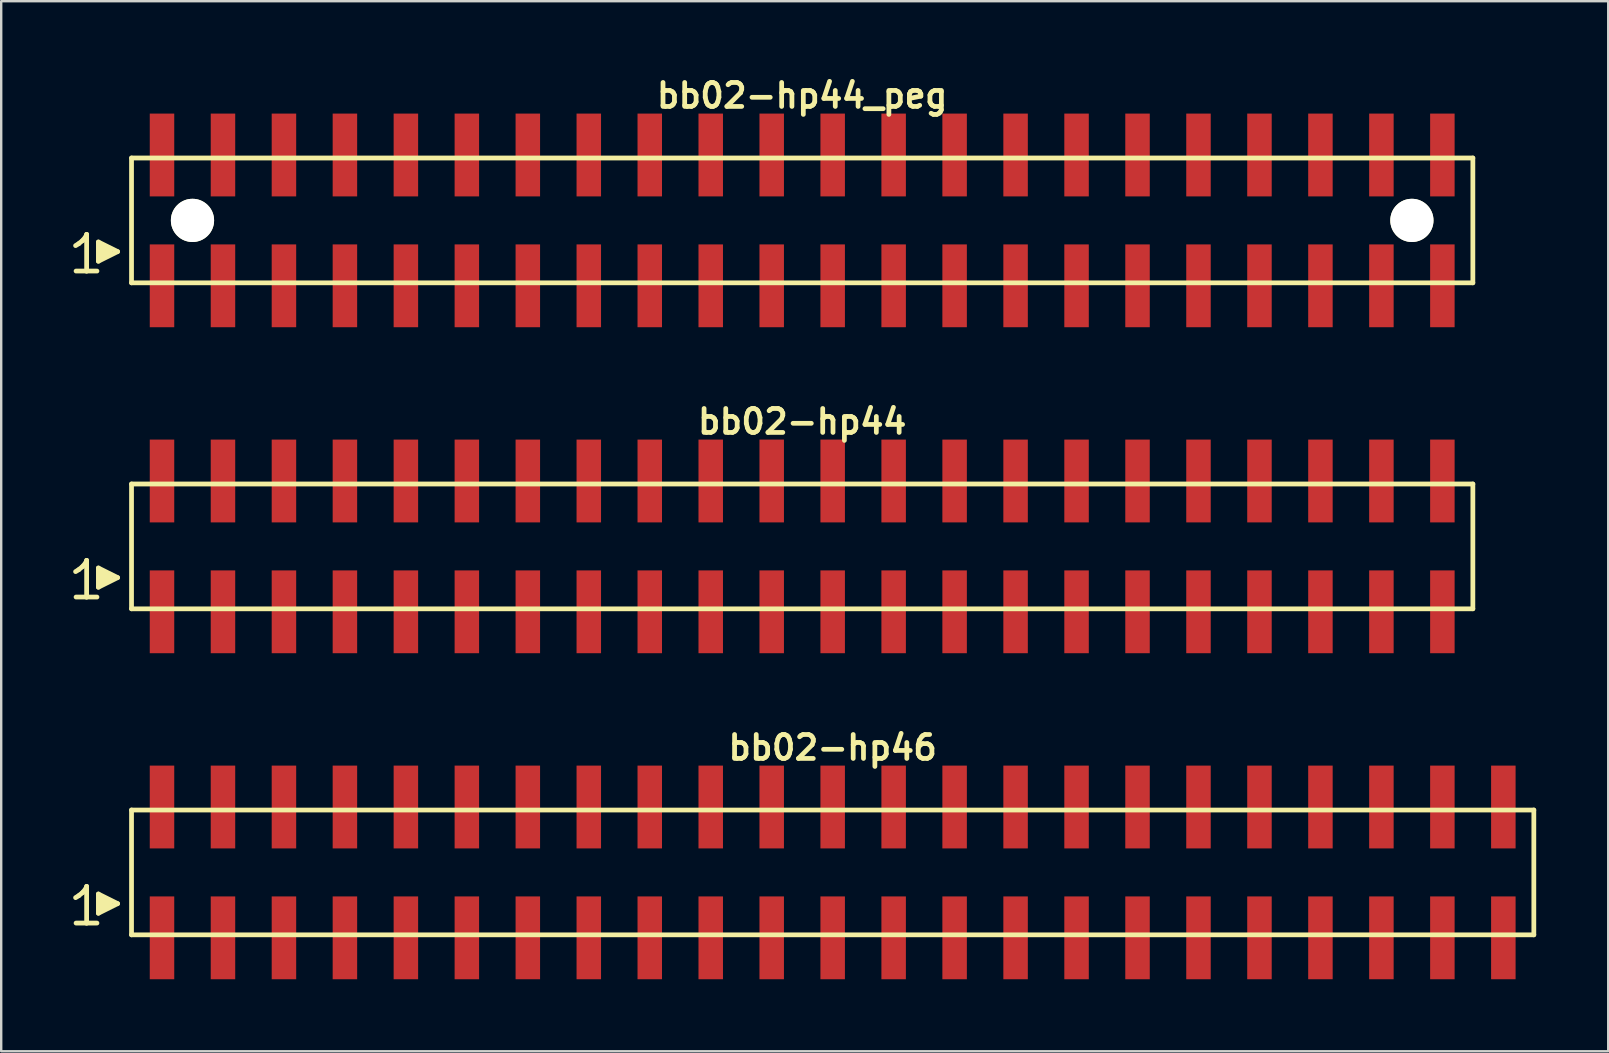
<source format=kicad_pcb>
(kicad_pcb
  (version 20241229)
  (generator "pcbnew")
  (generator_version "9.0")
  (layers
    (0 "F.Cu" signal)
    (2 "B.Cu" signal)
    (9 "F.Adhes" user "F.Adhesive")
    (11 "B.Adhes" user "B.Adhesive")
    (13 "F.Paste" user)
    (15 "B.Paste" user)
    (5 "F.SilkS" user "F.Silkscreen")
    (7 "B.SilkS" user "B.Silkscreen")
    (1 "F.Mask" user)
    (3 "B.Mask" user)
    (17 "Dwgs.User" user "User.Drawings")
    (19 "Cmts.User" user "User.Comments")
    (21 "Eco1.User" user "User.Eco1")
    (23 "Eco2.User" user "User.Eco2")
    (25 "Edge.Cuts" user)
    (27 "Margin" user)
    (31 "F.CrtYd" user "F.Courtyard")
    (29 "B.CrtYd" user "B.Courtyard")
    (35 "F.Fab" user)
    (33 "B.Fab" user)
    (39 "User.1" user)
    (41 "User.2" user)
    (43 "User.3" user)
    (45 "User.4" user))
  (footprint "bb02-hp44"
    (layer "F.Cu")
    (at 30.369 19.713)
    (property "Reference" "bb02-hp44" (at 0 -5.2 0) (layer "F.SilkS") (effects (font (size 0.998 0.998) (thickness 0.198))))
    (attr smd)
    (fp_line (start -30.27 1.05) (end -30.14 0.97) (stroke (width 0.198) (type solid)) (layer "F.SilkS"))
    (fp_line (start -30.14 0.97) (end -29.98 0.84) (stroke (width 0.198) (type solid)) (layer "F.SilkS"))
    (fp_line (start -29.98 0.84) (end -29.84 0.67) (stroke (width 0.198) (type solid)) (layer "F.SilkS"))
    (fp_line (start -29.84 0.67) (end -29.81 0.58) (stroke (width 0.198) (type solid)) (layer "F.SilkS"))
    (fp_line (start -29.81 0.58) (end -29.81 2.11) (stroke (width 0.198) (type solid)) (layer "F.SilkS"))
    (fp_line (start -29.81 2.11) (end -30.25 2.11) (stroke (width 0.198) (type solid)) (layer "F.SilkS"))
    (fp_line (start -29.38 2.11) (end -29.82 2.11) (stroke (width 0.198) (type solid)) (layer "F.SilkS"))
    (fp_line (start -29.32 0.9) (end -28.52 1.3) (stroke (width 0.198) (type solid)) (layer "F.SilkS"))
    (fp_line (start -29.32 1.7) (end -29.32 0.9) (stroke (width 0.198) (type solid)) (layer "F.SilkS"))
    (fp_line (start -29.22 1.6) (end -29.22 1) (stroke (width 0.198) (type solid)) (layer "F.SilkS"))
    (fp_line (start -29.12 1.1) (end -29.12 1.5) (stroke (width 0.198) (type solid)) (layer "F.SilkS"))
    (fp_line (start -29.02 1.5) (end -29.02 1.1) (stroke (width 0.198) (type solid)) (layer "F.SilkS"))
    (fp_line (start -28.92 1.2) (end -28.92 1.4) (stroke (width 0.198) (type solid)) (layer "F.SilkS"))
    (fp_line (start -28.82 1.4) (end -28.82 1.2) (stroke (width 0.198) (type solid)) (layer "F.SilkS"))
    (fp_line (start -28.52 1.3) (end -29.32 1.7) (stroke (width 0.198) (type solid)) (layer "F.SilkS"))
    (fp_line (start -27.94 -2.6) (end -27.94 2.6) (stroke (width 0.198) (type solid)) (layer "F.SilkS"))
    (fp_line (start -27.94 -2.6) (end 27.94 -2.6) (stroke (width 0.198) (type solid)) (layer "F.SilkS"))
    (fp_line (start 27.94 2.6) (end -27.94 2.6) (stroke (width 0.198) (type solid)) (layer "F.SilkS"))
    (fp_line (start 27.94 2.6) (end 27.94 -2.6) (stroke (width 0.198) (type solid)) (layer "F.SilkS"))
    (pad "1" smd rect (at -26.67 2.725) (size 1.02 3.45) (layers "F.Cu" "F.Mask" "F.Paste"))
    (pad "2" smd rect (at -26.67 -2.725) (size 1.02 3.45) (layers "F.Cu" "F.Mask" "F.Paste"))
    (pad "3" smd rect (at -24.13 2.725) (size 1.02 3.45) (layers "F.Cu" "F.Mask" "F.Paste"))
    (pad "4" smd rect (at -24.13 -2.725) (size 1.02 3.45) (layers "F.Cu" "F.Mask" "F.Paste"))
    (pad "5" smd rect (at -21.59 2.725) (size 1.02 3.45) (layers "F.Cu" "F.Mask" "F.Paste"))
    (pad "6" smd rect (at -21.59 -2.725) (size 1.02 3.45) (layers "F.Cu" "F.Mask" "F.Paste"))
    (pad "7" smd rect (at -19.05 2.725) (size 1.02 3.45) (layers "F.Cu" "F.Mask" "F.Paste"))
    (pad "8" smd rect (at -19.05 -2.725) (size 1.02 3.45) (layers "F.Cu" "F.Mask" "F.Paste"))
    (pad "9" smd rect (at -16.51 2.725) (size 1.02 3.45) (layers "F.Cu" "F.Mask" "F.Paste"))
    (pad "10" smd rect (at -16.51 -2.725) (size 1.02 3.45) (layers "F.Cu" "F.Mask" "F.Paste"))
    (pad "11" smd rect (at -13.97 2.725) (size 1.02 3.45) (layers "F.Cu" "F.Mask" "F.Paste"))
    (pad "12" smd rect (at -13.97 -2.725) (size 1.02 3.45) (layers "F.Cu" "F.Mask" "F.Paste"))
    (pad "13" smd rect (at -11.43 2.725) (size 1.02 3.45) (layers "F.Cu" "F.Mask" "F.Paste"))
    (pad "14" smd rect (at -11.43 -2.725) (size 1.02 3.45) (layers "F.Cu" "F.Mask" "F.Paste"))
    (pad "15" smd rect (at -8.89 2.725) (size 1.02 3.45) (layers "F.Cu" "F.Mask" "F.Paste"))
    (pad "16" smd rect (at -8.89 -2.725) (size 1.02 3.45) (layers "F.Cu" "F.Mask" "F.Paste"))
    (pad "17" smd rect (at -6.35 2.725) (size 1.02 3.45) (layers "F.Cu" "F.Mask" "F.Paste"))
    (pad "18" smd rect (at -6.35 -2.725) (size 1.02 3.45) (layers "F.Cu" "F.Mask" "F.Paste"))
    (pad "19" smd rect (at -3.81 2.725) (size 1.02 3.45) (layers "F.Cu" "F.Mask" "F.Paste"))
    (pad "20" smd rect (at -3.81 -2.725) (size 1.02 3.45) (layers "F.Cu" "F.Mask" "F.Paste"))
    (pad "21" smd rect (at -1.27 2.725) (size 1.02 3.45) (layers "F.Cu" "F.Mask" "F.Paste"))
    (pad "22" smd rect (at -1.27 -2.725) (size 1.02 3.45) (layers "F.Cu" "F.Mask" "F.Paste"))
    (pad "23" smd rect (at 1.27 2.725) (size 1.02 3.45) (layers "F.Cu" "F.Mask" "F.Paste"))
    (pad "24" smd rect (at 1.27 -2.725) (size 1.02 3.45) (layers "F.Cu" "F.Mask" "F.Paste"))
    (pad "25" smd rect (at 3.81 2.725) (size 1.02 3.45) (layers "F.Cu" "F.Mask" "F.Paste"))
    (pad "26" smd rect (at 3.81 -2.725) (size 1.02 3.45) (layers "F.Cu" "F.Mask" "F.Paste"))
    (pad "27" smd rect (at 6.35 2.725) (size 1.02 3.45) (layers "F.Cu" "F.Mask" "F.Paste"))
    (pad "28" smd rect (at 6.35 -2.725) (size 1.02 3.45) (layers "F.Cu" "F.Mask" "F.Paste"))
    (pad "29" smd rect (at 8.89 2.725) (size 1.02 3.45) (layers "F.Cu" "F.Mask" "F.Paste"))
    (pad "30" smd rect (at 8.89 -2.725) (size 1.02 3.45) (layers "F.Cu" "F.Mask" "F.Paste"))
    (pad "31" smd rect (at 11.43 2.725) (size 1.02 3.45) (layers "F.Cu" "F.Mask" "F.Paste"))
    (pad "32" smd rect (at 11.43 -2.725) (size 1.02 3.45) (layers "F.Cu" "F.Mask" "F.Paste"))
    (pad "33" smd rect (at 13.97 2.725) (size 1.02 3.45) (layers "F.Cu" "F.Mask" "F.Paste"))
    (pad "34" smd rect (at 13.97 -2.725) (size 1.02 3.45) (layers "F.Cu" "F.Mask" "F.Paste"))
    (pad "35" smd rect (at 16.51 2.725) (size 1.02 3.45) (layers "F.Cu" "F.Mask" "F.Paste"))
    (pad "36" smd rect (at 16.51 -2.725) (size 1.02 3.45) (layers "F.Cu" "F.Mask" "F.Paste"))
    (pad "37" smd rect (at 19.05 2.725) (size 1.02 3.45) (layers "F.Cu" "F.Mask" "F.Paste"))
    (pad "38" smd rect (at 19.05 -2.725) (size 1.02 3.45) (layers "F.Cu" "F.Mask" "F.Paste"))
    (pad "39" smd rect (at 21.59 2.725) (size 1.02 3.45) (layers "F.Cu" "F.Mask" "F.Paste"))
    (pad "40" smd rect (at 21.59 -2.725) (size 1.02 3.45) (layers "F.Cu" "F.Mask" "F.Paste"))
    (pad "41" smd rect (at 24.13 2.725) (size 1.02 3.45) (layers "F.Cu" "F.Mask" "F.Paste"))
    (pad "42" smd rect (at 24.13 -2.725) (size 1.02 3.45) (layers "F.Cu" "F.Mask" "F.Paste"))
    (pad "43" smd rect (at 26.67 2.725) (size 1.02 3.45) (layers "F.Cu" "F.Mask" "F.Paste"))
    (pad "44" smd rect (at 26.67 -2.725) (size 1.02 3.45) (layers "F.Cu" "F.Mask" "F.Paste")))
  (footprint "bb02-hp46"
    (layer "F.Cu")
    (at 31.639 33.295)
    (property "Reference" "bb02-hp46" (at 0 -5.2 0) (layer "F.SilkS") (effects (font (size 0.998 0.998) (thickness 0.198))))
    (attr smd)
    (fp_line (start -31.54 1.05) (end -31.41 0.97) (stroke (width 0.198) (type solid)) (layer "F.SilkS"))
    (fp_line (start -31.41 0.97) (end -31.25 0.84) (stroke (width 0.198) (type solid)) (layer "F.SilkS"))
    (fp_line (start -31.25 0.84) (end -31.11 0.67) (stroke (width 0.198) (type solid)) (layer "F.SilkS"))
    (fp_line (start -31.11 0.67) (end -31.08 0.58) (stroke (width 0.198) (type solid)) (layer "F.SilkS"))
    (fp_line (start -31.08 0.58) (end -31.08 2.11) (stroke (width 0.198) (type solid)) (layer "F.SilkS"))
    (fp_line (start -31.08 2.11) (end -31.52 2.11) (stroke (width 0.198) (type solid)) (layer "F.SilkS"))
    (fp_line (start -30.65 2.11) (end -31.09 2.11) (stroke (width 0.198) (type solid)) (layer "F.SilkS"))
    (fp_line (start -30.59 0.9) (end -29.79 1.3) (stroke (width 0.198) (type solid)) (layer "F.SilkS"))
    (fp_line (start -30.59 1.7) (end -30.59 0.9) (stroke (width 0.198) (type solid)) (layer "F.SilkS"))
    (fp_line (start -30.49 1.6) (end -30.49 1) (stroke (width 0.198) (type solid)) (layer "F.SilkS"))
    (fp_line (start -30.39 1.1) (end -30.39 1.5) (stroke (width 0.198) (type solid)) (layer "F.SilkS"))
    (fp_line (start -30.29 1.5) (end -30.29 1.1) (stroke (width 0.198) (type solid)) (layer "F.SilkS"))
    (fp_line (start -30.19 1.2) (end -30.19 1.4) (stroke (width 0.198) (type solid)) (layer "F.SilkS"))
    (fp_line (start -30.09 1.4) (end -30.09 1.2) (stroke (width 0.198) (type solid)) (layer "F.SilkS"))
    (fp_line (start -29.79 1.3) (end -30.59 1.7) (stroke (width 0.198) (type solid)) (layer "F.SilkS"))
    (fp_line (start -29.21 -2.6) (end -29.21 2.6) (stroke (width 0.198) (type solid)) (layer "F.SilkS"))
    (fp_line (start -29.21 -2.6) (end 29.21 -2.6) (stroke (width 0.198) (type solid)) (layer "F.SilkS"))
    (fp_line (start 29.21 2.6) (end -29.21 2.6) (stroke (width 0.198) (type solid)) (layer "F.SilkS"))
    (fp_line (start 29.21 2.6) (end 29.21 -2.6) (stroke (width 0.198) (type solid)) (layer "F.SilkS"))
    (pad "1" smd rect (at -27.94 2.725) (size 1.02 3.45) (layers "F.Cu" "F.Mask" "F.Paste"))
    (pad "2" smd rect (at -27.94 -2.725) (size 1.02 3.45) (layers "F.Cu" "F.Mask" "F.Paste"))
    (pad "3" smd rect (at -25.4 2.725) (size 1.02 3.45) (layers "F.Cu" "F.Mask" "F.Paste"))
    (pad "4" smd rect (at -25.4 -2.725) (size 1.02 3.45) (layers "F.Cu" "F.Mask" "F.Paste"))
    (pad "5" smd rect (at -22.86 2.725) (size 1.02 3.45) (layers "F.Cu" "F.Mask" "F.Paste"))
    (pad "6" smd rect (at -22.86 -2.725) (size 1.02 3.45) (layers "F.Cu" "F.Mask" "F.Paste"))
    (pad "7" smd rect (at -20.32 2.725) (size 1.02 3.45) (layers "F.Cu" "F.Mask" "F.Paste"))
    (pad "8" smd rect (at -20.32 -2.725) (size 1.02 3.45) (layers "F.Cu" "F.Mask" "F.Paste"))
    (pad "9" smd rect (at -17.78 2.725) (size 1.02 3.45) (layers "F.Cu" "F.Mask" "F.Paste"))
    (pad "10" smd rect (at -17.78 -2.725) (size 1.02 3.45) (layers "F.Cu" "F.Mask" "F.Paste"))
    (pad "11" smd rect (at -15.24 2.725) (size 1.02 3.45) (layers "F.Cu" "F.Mask" "F.Paste"))
    (pad "12" smd rect (at -15.24 -2.725) (size 1.02 3.45) (layers "F.Cu" "F.Mask" "F.Paste"))
    (pad "13" smd rect (at -12.7 2.725) (size 1.02 3.45) (layers "F.Cu" "F.Mask" "F.Paste"))
    (pad "14" smd rect (at -12.7 -2.725) (size 1.02 3.45) (layers "F.Cu" "F.Mask" "F.Paste"))
    (pad "15" smd rect (at -10.16 2.725) (size 1.02 3.45) (layers "F.Cu" "F.Mask" "F.Paste"))
    (pad "16" smd rect (at -10.16 -2.725) (size 1.02 3.45) (layers "F.Cu" "F.Mask" "F.Paste"))
    (pad "17" smd rect (at -7.62 2.725) (size 1.02 3.45) (layers "F.Cu" "F.Mask" "F.Paste"))
    (pad "18" smd rect (at -7.62 -2.725) (size 1.02 3.45) (layers "F.Cu" "F.Mask" "F.Paste"))
    (pad "19" smd rect (at -5.08 2.725) (size 1.02 3.45) (layers "F.Cu" "F.Mask" "F.Paste"))
    (pad "20" smd rect (at -5.08 -2.725) (size 1.02 3.45) (layers "F.Cu" "F.Mask" "F.Paste"))
    (pad "21" smd rect (at -2.54 2.725) (size 1.02 3.45) (layers "F.Cu" "F.Mask" "F.Paste"))
    (pad "22" smd rect (at -2.54 -2.725) (size 1.02 3.45) (layers "F.Cu" "F.Mask" "F.Paste"))
    (pad "23" smd rect (at 0 2.725) (size 1.02 3.45) (layers "F.Cu" "F.Mask" "F.Paste"))
    (pad "24" smd rect (at 0 -2.725) (size 1.02 3.45) (layers "F.Cu" "F.Mask" "F.Paste"))
    (pad "25" smd rect (at 2.54 2.725) (size 1.02 3.45) (layers "F.Cu" "F.Mask" "F.Paste"))
    (pad "26" smd rect (at 2.54 -2.725) (size 1.02 3.45) (layers "F.Cu" "F.Mask" "F.Paste"))
    (pad "27" smd rect (at 5.08 2.725) (size 1.02 3.45) (layers "F.Cu" "F.Mask" "F.Paste"))
    (pad "28" smd rect (at 5.08 -2.725) (size 1.02 3.45) (layers "F.Cu" "F.Mask" "F.Paste"))
    (pad "29" smd rect (at 7.62 2.725) (size 1.02 3.45) (layers "F.Cu" "F.Mask" "F.Paste"))
    (pad "30" smd rect (at 7.62 -2.725) (size 1.02 3.45) (layers "F.Cu" "F.Mask" "F.Paste"))
    (pad "31" smd rect (at 10.16 2.725) (size 1.02 3.45) (layers "F.Cu" "F.Mask" "F.Paste"))
    (pad "32" smd rect (at 10.16 -2.725) (size 1.02 3.45) (layers "F.Cu" "F.Mask" "F.Paste"))
    (pad "33" smd rect (at 12.7 2.725) (size 1.02 3.45) (layers "F.Cu" "F.Mask" "F.Paste"))
    (pad "34" smd rect (at 12.7 -2.725) (size 1.02 3.45) (layers "F.Cu" "F.Mask" "F.Paste"))
    (pad "35" smd rect (at 15.24 2.725) (size 1.02 3.45) (layers "F.Cu" "F.Mask" "F.Paste"))
    (pad "36" smd rect (at 15.24 -2.725) (size 1.02 3.45) (layers "F.Cu" "F.Mask" "F.Paste"))
    (pad "37" smd rect (at 17.78 2.725) (size 1.02 3.45) (layers "F.Cu" "F.Mask" "F.Paste"))
    (pad "38" smd rect (at 17.78 -2.725) (size 1.02 3.45) (layers "F.Cu" "F.Mask" "F.Paste"))
    (pad "39" smd rect (at 20.32 2.725) (size 1.02 3.45) (layers "F.Cu" "F.Mask" "F.Paste"))
    (pad "40" smd rect (at 20.32 -2.725) (size 1.02 3.45) (layers "F.Cu" "F.Mask" "F.Paste"))
    (pad "41" smd rect (at 22.86 2.725) (size 1.02 3.45) (layers "F.Cu" "F.Mask" "F.Paste"))
    (pad "42" smd rect (at 22.86 -2.725) (size 1.02 3.45) (layers "F.Cu" "F.Mask" "F.Paste"))
    (pad "43" smd rect (at 25.4 2.725) (size 1.02 3.45) (layers "F.Cu" "F.Mask" "F.Paste"))
    (pad "44" smd rect (at 25.4 -2.725) (size 1.02 3.45) (layers "F.Cu" "F.Mask" "F.Paste"))
    (pad "45" smd rect (at 27.94 2.725) (size 1.02 3.45) (layers "F.Cu" "F.Mask" "F.Paste"))
    (pad "46" smd rect (at 27.94 -2.725) (size 1.02 3.45) (layers "F.Cu" "F.Mask" "F.Paste")))
  (footprint "bb02-hp44_peg"
    (layer "F.Cu")
    (at 30.369 6.132)
    (property "Reference" "bb02-hp44_peg" (at 0 -5.2 0) (layer "F.SilkS") (effects (font (size 0.998 0.998) (thickness 0.198))))
    (attr smd)
    (fp_line (start -30.27 1.05) (end -30.14 0.97) (stroke (width 0.198) (type solid)) (layer "F.SilkS"))
    (fp_line (start -30.14 0.97) (end -29.98 0.84) (stroke (width 0.198) (type solid)) (layer "F.SilkS"))
    (fp_line (start -29.98 0.84) (end -29.84 0.67) (stroke (width 0.198) (type solid)) (layer "F.SilkS"))
    (fp_line (start -29.84 0.67) (end -29.81 0.58) (stroke (width 0.198) (type solid)) (layer "F.SilkS"))
    (fp_line (start -29.81 0.58) (end -29.81 2.11) (stroke (width 0.198) (type solid)) (layer "F.SilkS"))
    (fp_line (start -29.81 2.11) (end -30.25 2.11) (stroke (width 0.198) (type solid)) (layer "F.SilkS"))
    (fp_line (start -29.38 2.11) (end -29.82 2.11) (stroke (width 0.198) (type solid)) (layer "F.SilkS"))
    (fp_line (start -29.32 0.9) (end -28.52 1.3) (stroke (width 0.198) (type solid)) (layer "F.SilkS"))
    (fp_line (start -29.32 1.7) (end -29.32 0.9) (stroke (width 0.198) (type solid)) (layer "F.SilkS"))
    (fp_line (start -29.22 1.6) (end -29.22 1) (stroke (width 0.198) (type solid)) (layer "F.SilkS"))
    (fp_line (start -29.12 1.1) (end -29.12 1.5) (stroke (width 0.198) (type solid)) (layer "F.SilkS"))
    (fp_line (start -29.02 1.5) (end -29.02 1.1) (stroke (width 0.198) (type solid)) (layer "F.SilkS"))
    (fp_line (start -28.92 1.2) (end -28.92 1.4) (stroke (width 0.198) (type solid)) (layer "F.SilkS"))
    (fp_line (start -28.82 1.4) (end -28.82 1.2) (stroke (width 0.198) (type solid)) (layer "F.SilkS"))
    (fp_line (start -28.52 1.3) (end -29.32 1.7) (stroke (width 0.198) (type solid)) (layer "F.SilkS"))
    (fp_line (start -27.94 -2.6) (end -27.94 2.6) (stroke (width 0.198) (type solid)) (layer "F.SilkS"))
    (fp_line (start -27.94 -2.6) (end 27.94 -2.6) (stroke (width 0.198) (type solid)) (layer "F.SilkS"))
    (fp_line (start 27.94 2.6) (end -27.94 2.6) (stroke (width 0.198) (type solid)) (layer "F.SilkS"))
    (fp_line (start 27.94 2.6) (end 27.94 -2.6) (stroke (width 0.198) (type solid)) (layer "F.SilkS"))
    (pad "" np_thru_hole circle (at -25.4 0) (size 1.8 1.8) (drill 1.8) (layers "*.Cu" "*.Mask" "F.SilkS"))
    (pad "" np_thru_hole circle (at 25.4 0) (size 1.8 1.8) (drill 1.8) (layers "*.Cu" "*.Mask" "F.SilkS"))
    (pad "1" smd rect (at -26.67 2.725) (size 1.02 3.45) (layers "F.Cu" "F.Mask" "F.Paste"))
    (pad "2" smd rect (at -26.67 -2.725) (size 1.02 3.45) (layers "F.Cu" "F.Mask" "F.Paste"))
    (pad "3" smd rect (at -24.13 2.725) (size 1.02 3.45) (layers "F.Cu" "F.Mask" "F.Paste"))
    (pad "4" smd rect (at -24.13 -2.725) (size 1.02 3.45) (layers "F.Cu" "F.Mask" "F.Paste"))
    (pad "5" smd rect (at -21.59 2.725) (size 1.02 3.45) (layers "F.Cu" "F.Mask" "F.Paste"))
    (pad "6" smd rect (at -21.59 -2.725) (size 1.02 3.45) (layers "F.Cu" "F.Mask" "F.Paste"))
    (pad "7" smd rect (at -19.05 2.725) (size 1.02 3.45) (layers "F.Cu" "F.Mask" "F.Paste"))
    (pad "8" smd rect (at -19.05 -2.725) (size 1.02 3.45) (layers "F.Cu" "F.Mask" "F.Paste"))
    (pad "9" smd rect (at -16.51 2.725) (size 1.02 3.45) (layers "F.Cu" "F.Mask" "F.Paste"))
    (pad "10" smd rect (at -16.51 -2.725) (size 1.02 3.45) (layers "F.Cu" "F.Mask" "F.Paste"))
    (pad "11" smd rect (at -13.97 2.725) (size 1.02 3.45) (layers "F.Cu" "F.Mask" "F.Paste"))
    (pad "12" smd rect (at -13.97 -2.725) (size 1.02 3.45) (layers "F.Cu" "F.Mask" "F.Paste"))
    (pad "13" smd rect (at -11.43 2.725) (size 1.02 3.45) (layers "F.Cu" "F.Mask" "F.Paste"))
    (pad "14" smd rect (at -11.43 -2.725) (size 1.02 3.45) (layers "F.Cu" "F.Mask" "F.Paste"))
    (pad "15" smd rect (at -8.89 2.725) (size 1.02 3.45) (layers "F.Cu" "F.Mask" "F.Paste"))
    (pad "16" smd rect (at -8.89 -2.725) (size 1.02 3.45) (layers "F.Cu" "F.Mask" "F.Paste"))
    (pad "17" smd rect (at -6.35 2.725) (size 1.02 3.45) (layers "F.Cu" "F.Mask" "F.Paste"))
    (pad "18" smd rect (at -6.35 -2.725) (size 1.02 3.45) (layers "F.Cu" "F.Mask" "F.Paste"))
    (pad "19" smd rect (at -3.81 2.725) (size 1.02 3.45) (layers "F.Cu" "F.Mask" "F.Paste"))
    (pad "20" smd rect (at -3.81 -2.725) (size 1.02 3.45) (layers "F.Cu" "F.Mask" "F.Paste"))
    (pad "21" smd rect (at -1.27 2.725) (size 1.02 3.45) (layers "F.Cu" "F.Mask" "F.Paste"))
    (pad "22" smd rect (at -1.27 -2.725) (size 1.02 3.45) (layers "F.Cu" "F.Mask" "F.Paste"))
    (pad "23" smd rect (at 1.27 2.725) (size 1.02 3.45) (layers "F.Cu" "F.Mask" "F.Paste"))
    (pad "24" smd rect (at 1.27 -2.725) (size 1.02 3.45) (layers "F.Cu" "F.Mask" "F.Paste"))
    (pad "25" smd rect (at 3.81 2.725) (size 1.02 3.45) (layers "F.Cu" "F.Mask" "F.Paste"))
    (pad "26" smd rect (at 3.81 -2.725) (size 1.02 3.45) (layers "F.Cu" "F.Mask" "F.Paste"))
    (pad "27" smd rect (at 6.35 2.725) (size 1.02 3.45) (layers "F.Cu" "F.Mask" "F.Paste"))
    (pad "28" smd rect (at 6.35 -2.725) (size 1.02 3.45) (layers "F.Cu" "F.Mask" "F.Paste"))
    (pad "29" smd rect (at 8.89 2.725) (size 1.02 3.45) (layers "F.Cu" "F.Mask" "F.Paste"))
    (pad "30" smd rect (at 8.89 -2.725) (size 1.02 3.45) (layers "F.Cu" "F.Mask" "F.Paste"))
    (pad "31" smd rect (at 11.43 2.725) (size 1.02 3.45) (layers "F.Cu" "F.Mask" "F.Paste"))
    (pad "32" smd rect (at 11.43 -2.725) (size 1.02 3.45) (layers "F.Cu" "F.Mask" "F.Paste"))
    (pad "33" smd rect (at 13.97 2.725) (size 1.02 3.45) (layers "F.Cu" "F.Mask" "F.Paste"))
    (pad "34" smd rect (at 13.97 -2.725) (size 1.02 3.45) (layers "F.Cu" "F.Mask" "F.Paste"))
    (pad "35" smd rect (at 16.51 2.725) (size 1.02 3.45) (layers "F.Cu" "F.Mask" "F.Paste"))
    (pad "36" smd rect (at 16.51 -2.725) (size 1.02 3.45) (layers "F.Cu" "F.Mask" "F.Paste"))
    (pad "37" smd rect (at 19.05 2.725) (size 1.02 3.45) (layers "F.Cu" "F.Mask" "F.Paste"))
    (pad "38" smd rect (at 19.05 -2.725) (size 1.02 3.45) (layers "F.Cu" "F.Mask" "F.Paste"))
    (pad "39" smd rect (at 21.59 2.725) (size 1.02 3.45) (layers "F.Cu" "F.Mask" "F.Paste"))
    (pad "40" smd rect (at 21.59 -2.725) (size 1.02 3.45) (layers "F.Cu" "F.Mask" "F.Paste"))
    (pad "41" smd rect (at 24.13 2.725) (size 1.02 3.45) (layers "F.Cu" "F.Mask" "F.Paste"))
    (pad "42" smd rect (at 24.13 -2.725) (size 1.02 3.45) (layers "F.Cu" "F.Mask" "F.Paste"))
    (pad "43" smd rect (at 26.67 2.725) (size 1.02 3.45) (layers "F.Cu" "F.Mask" "F.Paste"))
    (pad "44" smd rect (at 26.67 -2.725) (size 1.02 3.45) (layers "F.Cu" "F.Mask" "F.Paste")))
  (gr_rect
    (start -3 -3)
    (end 63.948 40.745)
    (stroke (width 0.1) (type default))
    (fill no)
    (layer "Edge.Cuts")))
</source>
